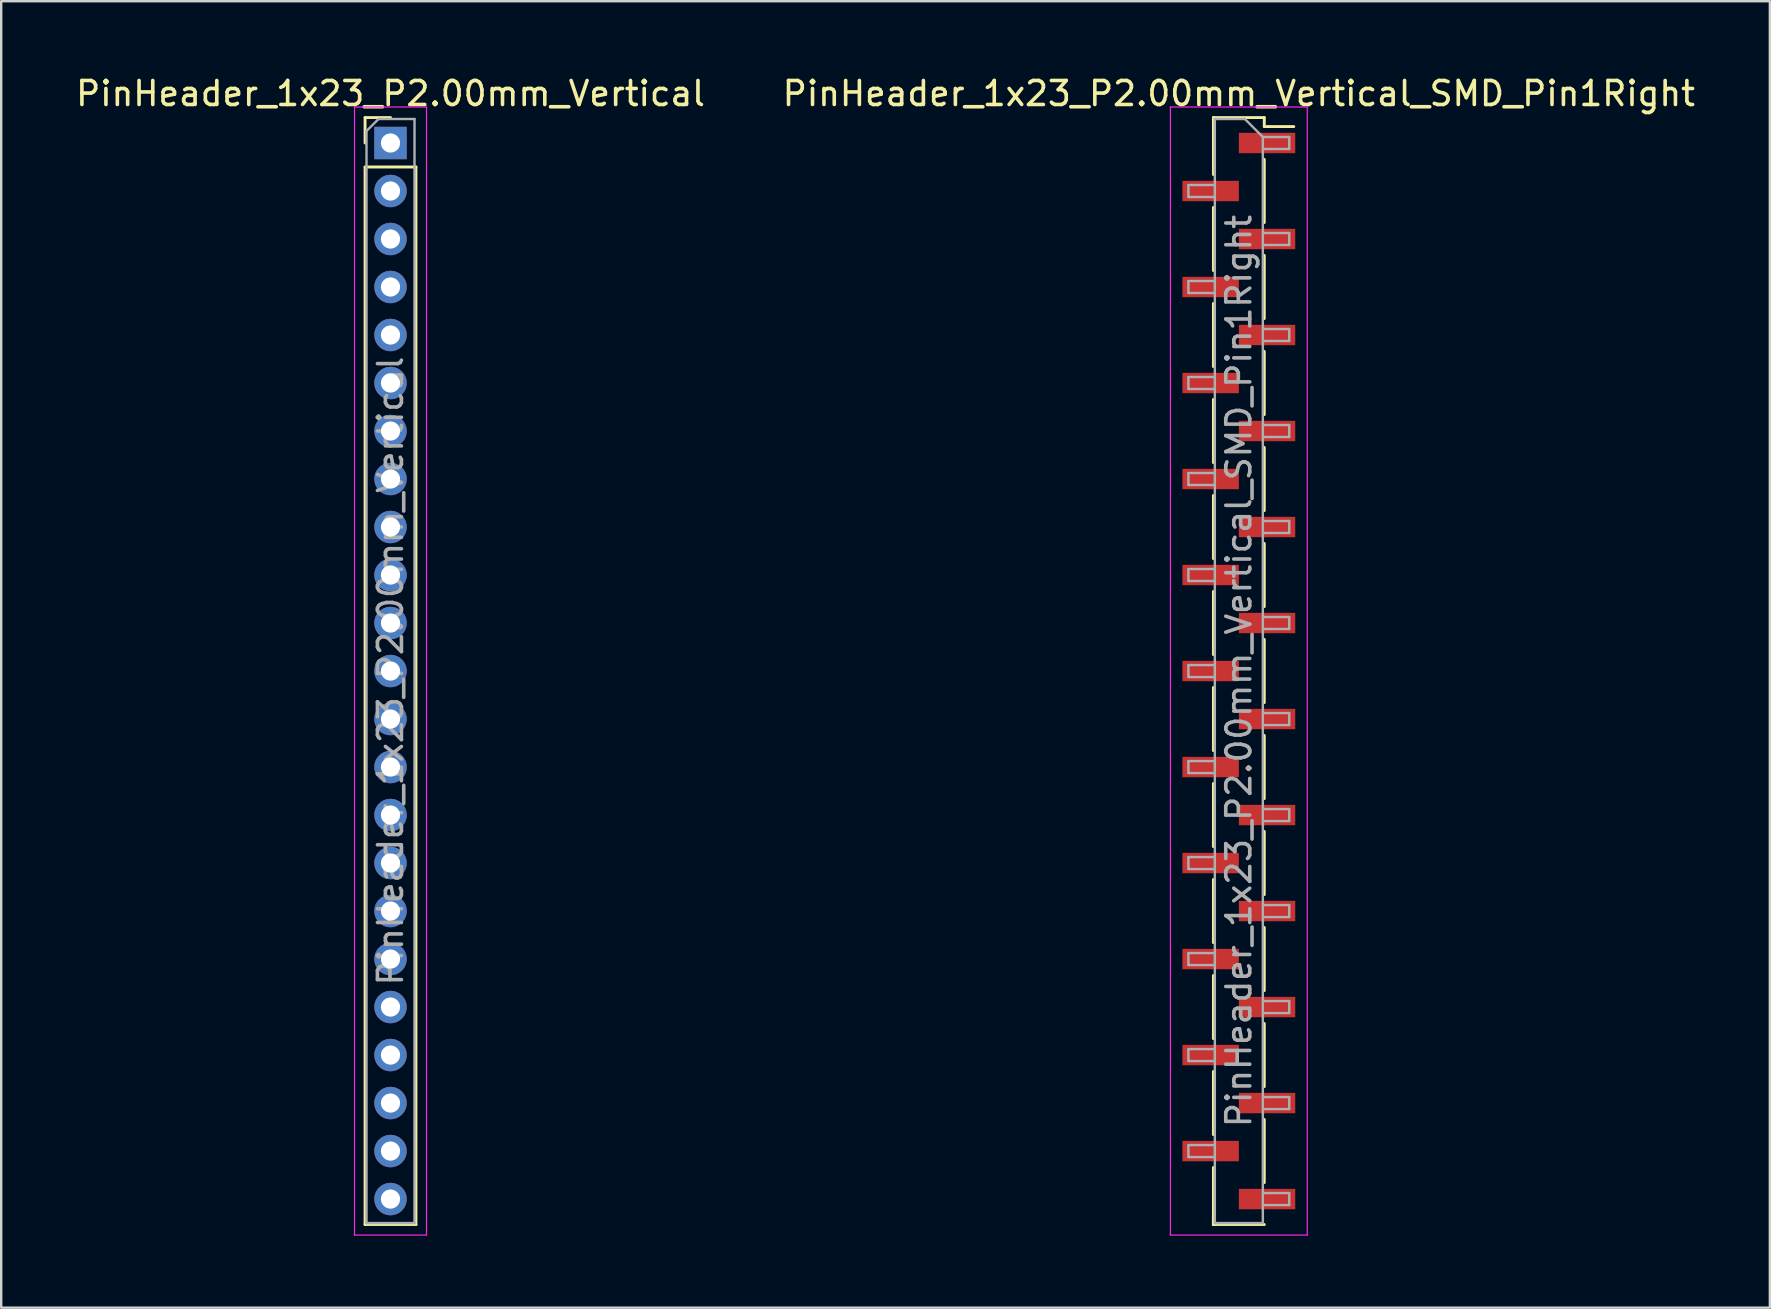
<source format=kicad_pcb>
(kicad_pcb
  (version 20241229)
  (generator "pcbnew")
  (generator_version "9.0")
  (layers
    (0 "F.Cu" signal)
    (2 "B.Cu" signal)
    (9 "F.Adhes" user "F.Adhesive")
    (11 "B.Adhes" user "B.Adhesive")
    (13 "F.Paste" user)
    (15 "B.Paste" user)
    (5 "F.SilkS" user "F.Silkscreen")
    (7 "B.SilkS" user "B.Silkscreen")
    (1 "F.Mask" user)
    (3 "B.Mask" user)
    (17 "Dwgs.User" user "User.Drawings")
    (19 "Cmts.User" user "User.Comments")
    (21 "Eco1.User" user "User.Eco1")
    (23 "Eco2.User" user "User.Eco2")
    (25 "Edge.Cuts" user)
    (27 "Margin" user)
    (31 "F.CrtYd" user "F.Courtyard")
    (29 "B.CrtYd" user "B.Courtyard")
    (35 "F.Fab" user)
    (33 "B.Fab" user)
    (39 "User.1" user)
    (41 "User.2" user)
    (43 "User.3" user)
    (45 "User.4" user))
  (footprint "PinHeader_1x23_P2.00mm_Vertical"
    (layer "F.Cu")
    (at 13.22 2.908)
    (property "Reference" "PinHeader_1x23_P2.00mm_Vertical" (at 0 -2.06 0) (layer "F.SilkS") (effects (font (size 1 1) (thickness 0.15))))
    (attr through_hole)
    (fp_line (start -1.06 -1.06) (end 0 -1.06) (stroke (width 0.12) (type solid)) (layer "F.SilkS"))
    (fp_line (start -1.06 0) (end -1.06 -1.06) (stroke (width 0.12) (type solid)) (layer "F.SilkS"))
    (fp_line (start -1.06 1) (end -1.06 45.06) (stroke (width 0.12) (type solid)) (layer "F.SilkS"))
    (fp_line (start -1.06 1) (end 1.06 1) (stroke (width 0.12) (type solid)) (layer "F.SilkS"))
    (fp_line (start -1.06 45.06) (end 1.06 45.06) (stroke (width 0.12) (type solid)) (layer "F.SilkS"))
    (fp_line (start 1.06 1) (end 1.06 45.06) (stroke (width 0.12) (type solid)) (layer "F.SilkS"))
    (fp_line (start -1.5 -1.5) (end -1.5 45.5) (stroke (width 0.05) (type solid)) (layer "F.CrtYd"))
    (fp_line (start -1.5 45.5) (end 1.5 45.5) (stroke (width 0.05) (type solid)) (layer "F.CrtYd"))
    (fp_line (start 1.5 -1.5) (end -1.5 -1.5) (stroke (width 0.05) (type solid)) (layer "F.CrtYd"))
    (fp_line (start 1.5 45.5) (end 1.5 -1.5) (stroke (width 0.05) (type solid)) (layer "F.CrtYd"))
    (fp_line (start -1 -0.5) (end -0.5 -1) (stroke (width 0.1) (type solid)) (layer "F.Fab"))
    (fp_line (start -1 45) (end -1 -0.5) (stroke (width 0.1) (type solid)) (layer "F.Fab"))
    (fp_line (start -0.5 -1) (end 1 -1) (stroke (width 0.1) (type solid)) (layer "F.Fab"))
    (fp_line (start 1 -1) (end 1 45) (stroke (width 0.1) (type solid)) (layer "F.Fab"))
    (fp_line (start 1 45) (end -1 45) (stroke (width 0.1) (type solid)) (layer "F.Fab"))
    (fp_text user "${REFERENCE}" (at 0 22 90) (layer "F.Fab") (effects (font (size 1 1) (thickness 0.15))))
    (pad "1" thru_hole rect (at 0 0) (size 1.35 1.35) (drill 0.8) (layers "*.Cu" "*.Mask"))
    (pad "2" thru_hole oval (at 0 2) (size 1.35 1.35) (drill 0.8) (layers "*.Cu" "*.Mask"))
    (pad "3" thru_hole oval (at 0 4) (size 1.35 1.35) (drill 0.8) (layers "*.Cu" "*.Mask"))
    (pad "4" thru_hole oval (at 0 6) (size 1.35 1.35) (drill 0.8) (layers "*.Cu" "*.Mask"))
    (pad "5" thru_hole oval (at 0 8) (size 1.35 1.35) (drill 0.8) (layers "*.Cu" "*.Mask"))
    (pad "6" thru_hole oval (at 0 10) (size 1.35 1.35) (drill 0.8) (layers "*.Cu" "*.Mask"))
    (pad "7" thru_hole oval (at 0 12) (size 1.35 1.35) (drill 0.8) (layers "*.Cu" "*.Mask"))
    (pad "8" thru_hole oval (at 0 14) (size 1.35 1.35) (drill 0.8) (layers "*.Cu" "*.Mask"))
    (pad "9" thru_hole oval (at 0 16) (size 1.35 1.35) (drill 0.8) (layers "*.Cu" "*.Mask"))
    (pad "10" thru_hole oval (at 0 18) (size 1.35 1.35) (drill 0.8) (layers "*.Cu" "*.Mask"))
    (pad "11" thru_hole oval (at 0 20) (size 1.35 1.35) (drill 0.8) (layers "*.Cu" "*.Mask"))
    (pad "12" thru_hole oval (at 0 22) (size 1.35 1.35) (drill 0.8) (layers "*.Cu" "*.Mask"))
    (pad "13" thru_hole oval (at 0 24) (size 1.35 1.35) (drill 0.8) (layers "*.Cu" "*.Mask"))
    (pad "14" thru_hole oval (at 0 26) (size 1.35 1.35) (drill 0.8) (layers "*.Cu" "*.Mask"))
    (pad "15" thru_hole oval (at 0 28) (size 1.35 1.35) (drill 0.8) (layers "*.Cu" "*.Mask"))
    (pad "16" thru_hole oval (at 0 30) (size 1.35 1.35) (drill 0.8) (layers "*.Cu" "*.Mask"))
    (pad "17" thru_hole oval (at 0 32) (size 1.35 1.35) (drill 0.8) (layers "*.Cu" "*.Mask"))
    (pad "18" thru_hole oval (at 0 34) (size 1.35 1.35) (drill 0.8) (layers "*.Cu" "*.Mask"))
    (pad "19" thru_hole oval (at 0 36) (size 1.35 1.35) (drill 0.8) (layers "*.Cu" "*.Mask"))
    (pad "20" thru_hole oval (at 0 38) (size 1.35 1.35) (drill 0.8) (layers "*.Cu" "*.Mask"))
    (pad "21" thru_hole oval (at 0 40) (size 1.35 1.35) (drill 0.8) (layers "*.Cu" "*.Mask"))
    (pad "22" thru_hole oval (at 0 42) (size 1.35 1.35) (drill 0.8) (layers "*.Cu" "*.Mask"))
    (pad "23" thru_hole oval (at 0 44) (size 1.35 1.35) (drill 0.8) (layers "*.Cu" "*.Mask")))
  (footprint "PinHeader_1x23_P2.00mm_Vertical_SMD_Pin1Right"
    (layer "F.Cu")
    (at 48.565 24.908)
    (property "Reference" "PinHeader_1x23_P2.00mm_Vertical_SMD_Pin1Right" (at 0 -24.06 0) (layer "F.SilkS") (effects (font (size 1 1) (thickness 0.15))))
    (attr smd)
    (fp_line (start -1.06 -23.06) (end -1.06 -20.685) (stroke (width 0.12) (type solid)) (layer "F.SilkS"))
    (fp_line (start -1.06 -23.06) (end 1.06 -23.06) (stroke (width 0.12) (type solid)) (layer "F.SilkS"))
    (fp_line (start -1.06 -19.315) (end -1.06 -16.685) (stroke (width 0.12) (type solid)) (layer "F.SilkS"))
    (fp_line (start -1.06 -15.315) (end -1.06 -12.685) (stroke (width 0.12) (type solid)) (layer "F.SilkS"))
    (fp_line (start -1.06 -11.315) (end -1.06 -8.685) (stroke (width 0.12) (type solid)) (layer "F.SilkS"))
    (fp_line (start -1.06 -7.315) (end -1.06 -4.685) (stroke (width 0.12) (type solid)) (layer "F.SilkS"))
    (fp_line (start -1.06 -3.315) (end -1.06 -0.685) (stroke (width 0.12) (type solid)) (layer "F.SilkS"))
    (fp_line (start -1.06 0.685) (end -1.06 3.315) (stroke (width 0.12) (type solid)) (layer "F.SilkS"))
    (fp_line (start -1.06 4.685) (end -1.06 7.315) (stroke (width 0.12) (type solid)) (layer "F.SilkS"))
    (fp_line (start -1.06 8.685) (end -1.06 11.315) (stroke (width 0.12) (type solid)) (layer "F.SilkS"))
    (fp_line (start -1.06 12.685) (end -1.06 15.315) (stroke (width 0.12) (type solid)) (layer "F.SilkS"))
    (fp_line (start -1.06 16.685) (end -1.06 19.315) (stroke (width 0.12) (type solid)) (layer "F.SilkS"))
    (fp_line (start -1.06 20.685) (end -1.06 23.06) (stroke (width 0.12) (type solid)) (layer "F.SilkS"))
    (fp_line (start -1.06 22.685) (end -1.06 23.06) (stroke (width 0.12) (type solid)) (layer "F.SilkS"))
    (fp_line (start -1.06 23.06) (end 1.06 23.06) (stroke (width 0.12) (type solid)) (layer "F.SilkS"))
    (fp_line (start 1.06 -23.06) (end 1.06 -22.685) (stroke (width 0.12) (type solid)) (layer "F.SilkS"))
    (fp_line (start 1.06 -22.685) (end 2.29 -22.685) (stroke (width 0.12) (type solid)) (layer "F.SilkS"))
    (fp_line (start 1.06 -21.315) (end 1.06 -18.685) (stroke (width 0.12) (type solid)) (layer "F.SilkS"))
    (fp_line (start 1.06 -17.315) (end 1.06 -14.685) (stroke (width 0.12) (type solid)) (layer "F.SilkS"))
    (fp_line (start 1.06 -13.315) (end 1.06 -10.685) (stroke (width 0.12) (type solid)) (layer "F.SilkS"))
    (fp_line (start 1.06 -9.315) (end 1.06 -6.685) (stroke (width 0.12) (type solid)) (layer "F.SilkS"))
    (fp_line (start 1.06 -5.315) (end 1.06 -2.685) (stroke (width 0.12) (type solid)) (layer "F.SilkS"))
    (fp_line (start 1.06 -1.315) (end 1.06 1.315) (stroke (width 0.12) (type solid)) (layer "F.SilkS"))
    (fp_line (start 1.06 2.685) (end 1.06 5.315) (stroke (width 0.12) (type solid)) (layer "F.SilkS"))
    (fp_line (start 1.06 6.685) (end 1.06 9.315) (stroke (width 0.12) (type solid)) (layer "F.SilkS"))
    (fp_line (start 1.06 10.685) (end 1.06 13.315) (stroke (width 0.12) (type solid)) (layer "F.SilkS"))
    (fp_line (start 1.06 14.685) (end 1.06 17.315) (stroke (width 0.12) (type solid)) (layer "F.SilkS"))
    (fp_line (start 1.06 18.685) (end 1.06 21.315) (stroke (width 0.12) (type solid)) (layer "F.SilkS"))
    (fp_line (start -2.85 -23.5) (end -2.85 23.5) (stroke (width 0.05) (type solid)) (layer "F.CrtYd"))
    (fp_line (start -2.85 23.5) (end 2.85 23.5) (stroke (width 0.05) (type solid)) (layer "F.CrtYd"))
    (fp_line (start 2.85 -23.5) (end -2.85 -23.5) (stroke (width 0.05) (type solid)) (layer "F.CrtYd"))
    (fp_line (start 2.85 23.5) (end 2.85 -23.5) (stroke (width 0.05) (type solid)) (layer "F.CrtYd"))
    (fp_line (start -2.1 -20.25) (end -2.1 -19.75) (stroke (width 0.1) (type solid)) (layer "F.Fab"))
    (fp_line (start -2.1 -19.75) (end -1 -19.75) (stroke (width 0.1) (type solid)) (layer "F.Fab"))
    (fp_line (start -2.1 -16.25) (end -2.1 -15.75) (stroke (width 0.1) (type solid)) (layer "F.Fab"))
    (fp_line (start -2.1 -15.75) (end -1 -15.75) (stroke (width 0.1) (type solid)) (layer "F.Fab"))
    (fp_line (start -2.1 -12.25) (end -2.1 -11.75) (stroke (width 0.1) (type solid)) (layer "F.Fab"))
    (fp_line (start -2.1 -11.75) (end -1 -11.75) (stroke (width 0.1) (type solid)) (layer "F.Fab"))
    (fp_line (start -2.1 -8.25) (end -2.1 -7.75) (stroke (width 0.1) (type solid)) (layer "F.Fab"))
    (fp_line (start -2.1 -7.75) (end -1 -7.75) (stroke (width 0.1) (type solid)) (layer "F.Fab"))
    (fp_line (start -2.1 -4.25) (end -2.1 -3.75) (stroke (width 0.1) (type solid)) (layer "F.Fab"))
    (fp_line (start -2.1 -3.75) (end -1 -3.75) (stroke (width 0.1) (type solid)) (layer "F.Fab"))
    (fp_line (start -2.1 -0.25) (end -2.1 0.25) (stroke (width 0.1) (type solid)) (layer "F.Fab"))
    (fp_line (start -2.1 0.25) (end -1 0.25) (stroke (width 0.1) (type solid)) (layer "F.Fab"))
    (fp_line (start -2.1 3.75) (end -2.1 4.25) (stroke (width 0.1) (type solid)) (layer "F.Fab"))
    (fp_line (start -2.1 4.25) (end -1 4.25) (stroke (width 0.1) (type solid)) (layer "F.Fab"))
    (fp_line (start -2.1 7.75) (end -2.1 8.25) (stroke (width 0.1) (type solid)) (layer "F.Fab"))
    (fp_line (start -2.1 8.25) (end -1 8.25) (stroke (width 0.1) (type solid)) (layer "F.Fab"))
    (fp_line (start -2.1 11.75) (end -2.1 12.25) (stroke (width 0.1) (type solid)) (layer "F.Fab"))
    (fp_line (start -2.1 12.25) (end -1 12.25) (stroke (width 0.1) (type solid)) (layer "F.Fab"))
    (fp_line (start -2.1 15.75) (end -2.1 16.25) (stroke (width 0.1) (type solid)) (layer "F.Fab"))
    (fp_line (start -2.1 16.25) (end -1 16.25) (stroke (width 0.1) (type solid)) (layer "F.Fab"))
    (fp_line (start -2.1 19.75) (end -2.1 20.25) (stroke (width 0.1) (type solid)) (layer "F.Fab"))
    (fp_line (start -2.1 20.25) (end -1 20.25) (stroke (width 0.1) (type solid)) (layer "F.Fab"))
    (fp_line (start -1 -23) (end -1 23) (stroke (width 0.1) (type solid)) (layer "F.Fab"))
    (fp_line (start -1 -23) (end 0.25 -23) (stroke (width 0.1) (type solid)) (layer "F.Fab"))
    (fp_line (start -1 -20.25) (end -2.1 -20.25) (stroke (width 0.1) (type solid)) (layer "F.Fab"))
    (fp_line (start -1 -16.25) (end -2.1 -16.25) (stroke (width 0.1) (type solid)) (layer "F.Fab"))
    (fp_line (start -1 -12.25) (end -2.1 -12.25) (stroke (width 0.1) (type solid)) (layer "F.Fab"))
    (fp_line (start -1 -8.25) (end -2.1 -8.25) (stroke (width 0.1) (type solid)) (layer "F.Fab"))
    (fp_line (start -1 -4.25) (end -2.1 -4.25) (stroke (width 0.1) (type solid)) (layer "F.Fab"))
    (fp_line (start -1 -0.25) (end -2.1 -0.25) (stroke (width 0.1) (type solid)) (layer "F.Fab"))
    (fp_line (start -1 3.75) (end -2.1 3.75) (stroke (width 0.1) (type solid)) (layer "F.Fab"))
    (fp_line (start -1 7.75) (end -2.1 7.75) (stroke (width 0.1) (type solid)) (layer "F.Fab"))
    (fp_line (start -1 11.75) (end -2.1 11.75) (stroke (width 0.1) (type solid)) (layer "F.Fab"))
    (fp_line (start -1 15.75) (end -2.1 15.75) (stroke (width 0.1) (type solid)) (layer "F.Fab"))
    (fp_line (start -1 19.75) (end -2.1 19.75) (stroke (width 0.1) (type solid)) (layer "F.Fab"))
    (fp_line (start 1 -22.25) (end 0.25 -23) (stroke (width 0.1) (type solid)) (layer "F.Fab"))
    (fp_line (start 1 -22.25) (end 2.1 -22.25) (stroke (width 0.1) (type solid)) (layer "F.Fab"))
    (fp_line (start 1 -18.25) (end 2.1 -18.25) (stroke (width 0.1) (type solid)) (layer "F.Fab"))
    (fp_line (start 1 -14.25) (end 2.1 -14.25) (stroke (width 0.1) (type solid)) (layer "F.Fab"))
    (fp_line (start 1 -10.25) (end 2.1 -10.25) (stroke (width 0.1) (type solid)) (layer "F.Fab"))
    (fp_line (start 1 -6.25) (end 2.1 -6.25) (stroke (width 0.1) (type solid)) (layer "F.Fab"))
    (fp_line (start 1 -2.25) (end 2.1 -2.25) (stroke (width 0.1) (type solid)) (layer "F.Fab"))
    (fp_line (start 1 1.75) (end 2.1 1.75) (stroke (width 0.1) (type solid)) (layer "F.Fab"))
    (fp_line (start 1 5.75) (end 2.1 5.75) (stroke (width 0.1) (type solid)) (layer "F.Fab"))
    (fp_line (start 1 9.75) (end 2.1 9.75) (stroke (width 0.1) (type solid)) (layer "F.Fab"))
    (fp_line (start 1 13.75) (end 2.1 13.75) (stroke (width 0.1) (type solid)) (layer "F.Fab"))
    (fp_line (start 1 17.75) (end 2.1 17.75) (stroke (width 0.1) (type solid)) (layer "F.Fab"))
    (fp_line (start 1 21.75) (end 2.1 21.75) (stroke (width 0.1) (type solid)) (layer "F.Fab"))
    (fp_line (start 1 23) (end -1 23) (stroke (width 0.1) (type solid)) (layer "F.Fab"))
    (fp_line (start 1 23) (end 1 -22.25) (stroke (width 0.1) (type solid)) (layer "F.Fab"))
    (fp_line (start 2.1 -22.25) (end 2.1 -21.75) (stroke (width 0.1) (type solid)) (layer "F.Fab"))
    (fp_line (start 2.1 -21.75) (end 1 -21.75) (stroke (width 0.1) (type solid)) (layer "F.Fab"))
    (fp_line (start 2.1 -18.25) (end 2.1 -17.75) (stroke (width 0.1) (type solid)) (layer "F.Fab"))
    (fp_line (start 2.1 -17.75) (end 1 -17.75) (stroke (width 0.1) (type solid)) (layer "F.Fab"))
    (fp_line (start 2.1 -14.25) (end 2.1 -13.75) (stroke (width 0.1) (type solid)) (layer "F.Fab"))
    (fp_line (start 2.1 -13.75) (end 1 -13.75) (stroke (width 0.1) (type solid)) (layer "F.Fab"))
    (fp_line (start 2.1 -10.25) (end 2.1 -9.75) (stroke (width 0.1) (type solid)) (layer "F.Fab"))
    (fp_line (start 2.1 -9.75) (end 1 -9.75) (stroke (width 0.1) (type solid)) (layer "F.Fab"))
    (fp_line (start 2.1 -6.25) (end 2.1 -5.75) (stroke (width 0.1) (type solid)) (layer "F.Fab"))
    (fp_line (start 2.1 -5.75) (end 1 -5.75) (stroke (width 0.1) (type solid)) (layer "F.Fab"))
    (fp_line (start 2.1 -2.25) (end 2.1 -1.75) (stroke (width 0.1) (type solid)) (layer "F.Fab"))
    (fp_line (start 2.1 -1.75) (end 1 -1.75) (stroke (width 0.1) (type solid)) (layer "F.Fab"))
    (fp_line (start 2.1 1.75) (end 2.1 2.25) (stroke (width 0.1) (type solid)) (layer "F.Fab"))
    (fp_line (start 2.1 2.25) (end 1 2.25) (stroke (width 0.1) (type solid)) (layer "F.Fab"))
    (fp_line (start 2.1 5.75) (end 2.1 6.25) (stroke (width 0.1) (type solid)) (layer "F.Fab"))
    (fp_line (start 2.1 6.25) (end 1 6.25) (stroke (width 0.1) (type solid)) (layer "F.Fab"))
    (fp_line (start 2.1 9.75) (end 2.1 10.25) (stroke (width 0.1) (type solid)) (layer "F.Fab"))
    (fp_line (start 2.1 10.25) (end 1 10.25) (stroke (width 0.1) (type solid)) (layer "F.Fab"))
    (fp_line (start 2.1 13.75) (end 2.1 14.25) (stroke (width 0.1) (type solid)) (layer "F.Fab"))
    (fp_line (start 2.1 14.25) (end 1 14.25) (stroke (width 0.1) (type solid)) (layer "F.Fab"))
    (fp_line (start 2.1 17.75) (end 2.1 18.25) (stroke (width 0.1) (type solid)) (layer "F.Fab"))
    (fp_line (start 2.1 18.25) (end 1 18.25) (stroke (width 0.1) (type solid)) (layer "F.Fab"))
    (fp_line (start 2.1 21.75) (end 2.1 22.25) (stroke (width 0.1) (type solid)) (layer "F.Fab"))
    (fp_line (start 2.1 22.25) (end 1 22.25) (stroke (width 0.1) (type solid)) (layer "F.Fab"))
    (fp_text user "${REFERENCE}" (at 0 0 90) (layer "F.Fab") (effects (font (size 1 1) (thickness 0.15))))
    (pad "1" smd rect (at 1.175 -22) (size 2.35 0.85) (layers "F.Cu" "F.Mask" "F.Paste"))
    (pad "2" smd rect (at -1.175 -20) (size 2.35 0.85) (layers "F.Cu" "F.Mask" "F.Paste"))
    (pad "3" smd rect (at 1.175 -18) (size 2.35 0.85) (layers "F.Cu" "F.Mask" "F.Paste"))
    (pad "4" smd rect (at -1.175 -16) (size 2.35 0.85) (layers "F.Cu" "F.Mask" "F.Paste"))
    (pad "5" smd rect (at 1.175 -14) (size 2.35 0.85) (layers "F.Cu" "F.Mask" "F.Paste"))
    (pad "6" smd rect (at -1.175 -12) (size 2.35 0.85) (layers "F.Cu" "F.Mask" "F.Paste"))
    (pad "7" smd rect (at 1.175 -10) (size 2.35 0.85) (layers "F.Cu" "F.Mask" "F.Paste"))
    (pad "8" smd rect (at -1.175 -8) (size 2.35 0.85) (layers "F.Cu" "F.Mask" "F.Paste"))
    (pad "9" smd rect (at 1.175 -6) (size 2.35 0.85) (layers "F.Cu" "F.Mask" "F.Paste"))
    (pad "10" smd rect (at -1.175 -4) (size 2.35 0.85) (layers "F.Cu" "F.Mask" "F.Paste"))
    (pad "11" smd rect (at 1.175 -2) (size 2.35 0.85) (layers "F.Cu" "F.Mask" "F.Paste"))
    (pad "12" smd rect (at -1.175 0) (size 2.35 0.85) (layers "F.Cu" "F.Mask" "F.Paste"))
    (pad "13" smd rect (at 1.175 2) (size 2.35 0.85) (layers "F.Cu" "F.Mask" "F.Paste"))
    (pad "14" smd rect (at -1.175 4) (size 2.35 0.85) (layers "F.Cu" "F.Mask" "F.Paste"))
    (pad "15" smd rect (at 1.175 6) (size 2.35 0.85) (layers "F.Cu" "F.Mask" "F.Paste"))
    (pad "16" smd rect (at -1.175 8) (size 2.35 0.85) (layers "F.Cu" "F.Mask" "F.Paste"))
    (pad "17" smd rect (at 1.175 10) (size 2.35 0.85) (layers "F.Cu" "F.Mask" "F.Paste"))
    (pad "18" smd rect (at -1.175 12) (size 2.35 0.85) (layers "F.Cu" "F.Mask" "F.Paste"))
    (pad "19" smd rect (at 1.175 14) (size 2.35 0.85) (layers "F.Cu" "F.Mask" "F.Paste"))
    (pad "20" smd rect (at -1.175 16) (size 2.35 0.85) (layers "F.Cu" "F.Mask" "F.Paste"))
    (pad "21" smd rect (at 1.175 18) (size 2.35 0.85) (layers "F.Cu" "F.Mask" "F.Paste"))
    (pad "22" smd rect (at -1.175 20) (size 2.35 0.85) (layers "F.Cu" "F.Mask" "F.Paste"))
    (pad "23" smd rect (at 1.175 22) (size 2.35 0.85) (layers "F.Cu" "F.Mask" "F.Paste")))
  (gr_rect
    (start -3 -3)
    (end 70.69 51.433)
    (stroke (width 0.1) (type default))
    (fill no)
    (layer "Edge.Cuts")))
</source>
